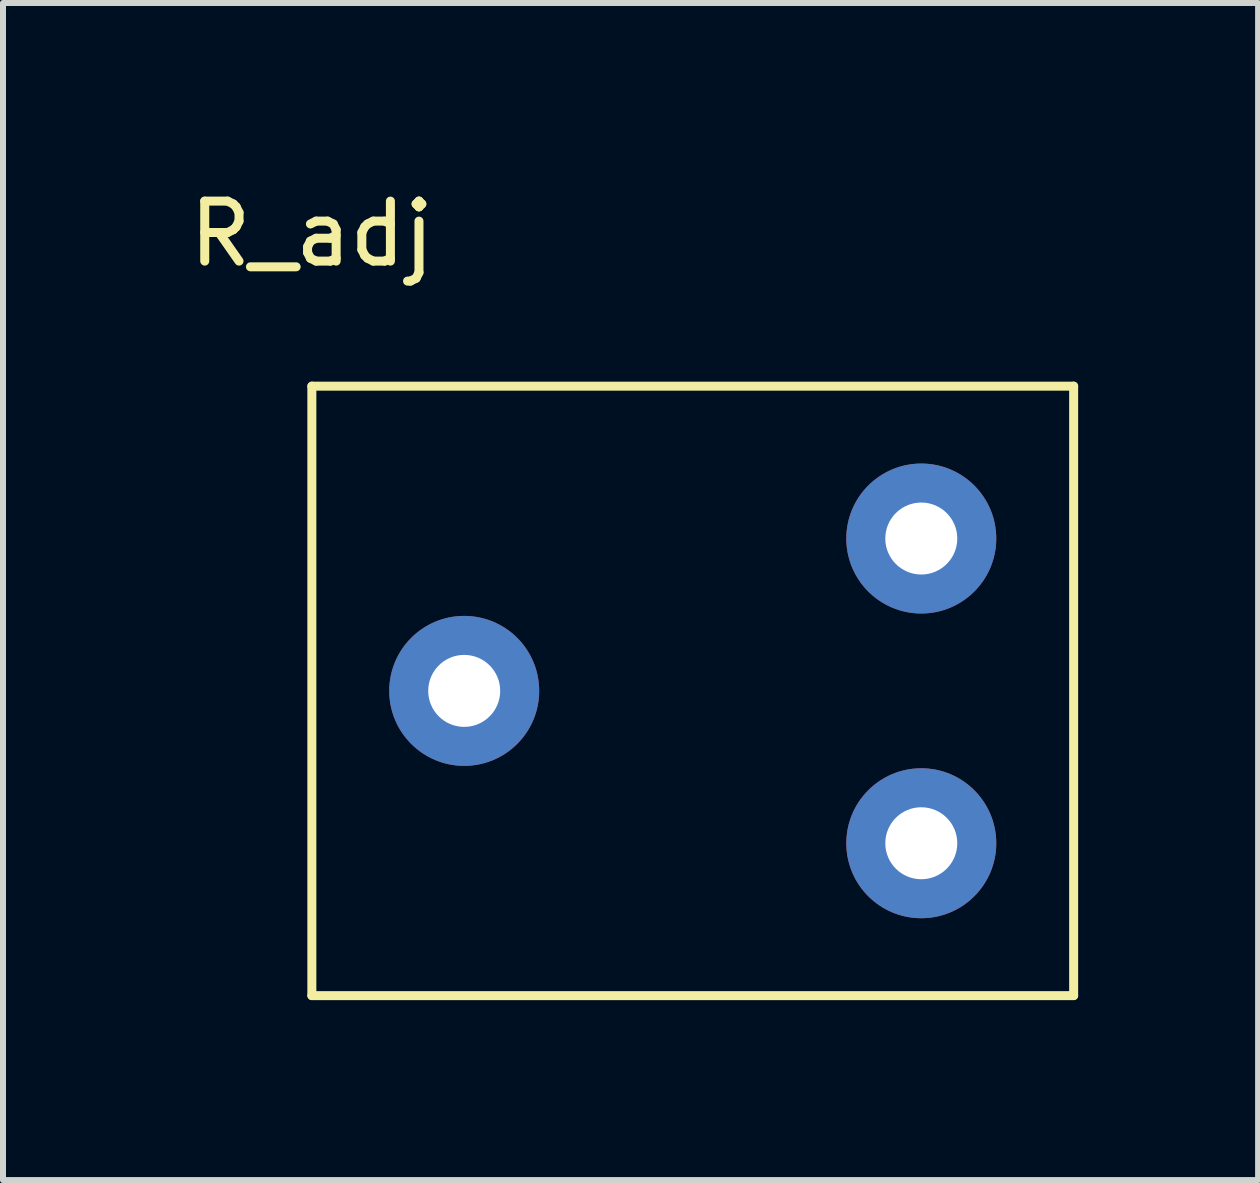
<source format=kicad_pcb>
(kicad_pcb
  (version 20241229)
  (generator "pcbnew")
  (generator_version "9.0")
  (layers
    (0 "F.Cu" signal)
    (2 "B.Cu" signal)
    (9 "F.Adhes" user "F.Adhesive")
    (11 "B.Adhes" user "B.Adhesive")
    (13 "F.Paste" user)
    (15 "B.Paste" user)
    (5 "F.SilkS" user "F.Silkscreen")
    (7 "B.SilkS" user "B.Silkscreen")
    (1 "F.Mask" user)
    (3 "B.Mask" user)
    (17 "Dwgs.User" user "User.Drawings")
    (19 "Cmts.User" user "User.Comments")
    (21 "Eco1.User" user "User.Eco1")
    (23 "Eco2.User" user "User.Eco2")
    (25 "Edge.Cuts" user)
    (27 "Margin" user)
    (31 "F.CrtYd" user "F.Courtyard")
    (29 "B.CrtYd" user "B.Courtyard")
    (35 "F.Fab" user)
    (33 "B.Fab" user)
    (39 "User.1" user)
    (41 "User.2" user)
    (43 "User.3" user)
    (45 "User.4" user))
  (footprint "R_adj"
    (layer "F.Cu")
    (at 9.769 8.468)
    (property "Reference" "R_adj" (at -7.62 -7.62 0) (layer "F.SilkS") (effects (font (size 1 1) (thickness 0.15))))
    (attr through_hole)
    (fp_line (start -7.62 -5.08) (end 5.08 -5.08) (stroke (width 0.15) (type solid)) (layer "F.SilkS"))
    (fp_line (start -7.62 5.08) (end -7.62 -5.08) (stroke (width 0.15) (type solid)) (layer "F.SilkS"))
    (fp_line (start 5.08 -5.08) (end 5.08 5.08) (stroke (width 0.15) (type solid)) (layer "F.SilkS"))
    (fp_line (start 5.08 5.08) (end -7.62 5.08) (stroke (width 0.15) (type solid)) (layer "F.SilkS"))
    (pad "1" thru_hole circle (at 2.54 -2.54) (size 2.5 2.5) (drill 1.2) (layers "*.Cu" "*.Mask"))
    (pad "2" thru_hole circle (at 2.54 2.54) (size 2.5 2.5) (drill 1.2) (layers "*.Cu" "*.Mask"))
    (pad "3" thru_hole circle (at -5.08 0) (size 2.5 2.5) (drill 1.2) (layers "*.Cu" "*.Mask")))
  (gr_rect
    (start -3 -3)
    (end 17.924 16.623)
    (stroke (width 0.1) (type default))
    (fill no)
    (layer "Edge.Cuts")))
</source>
